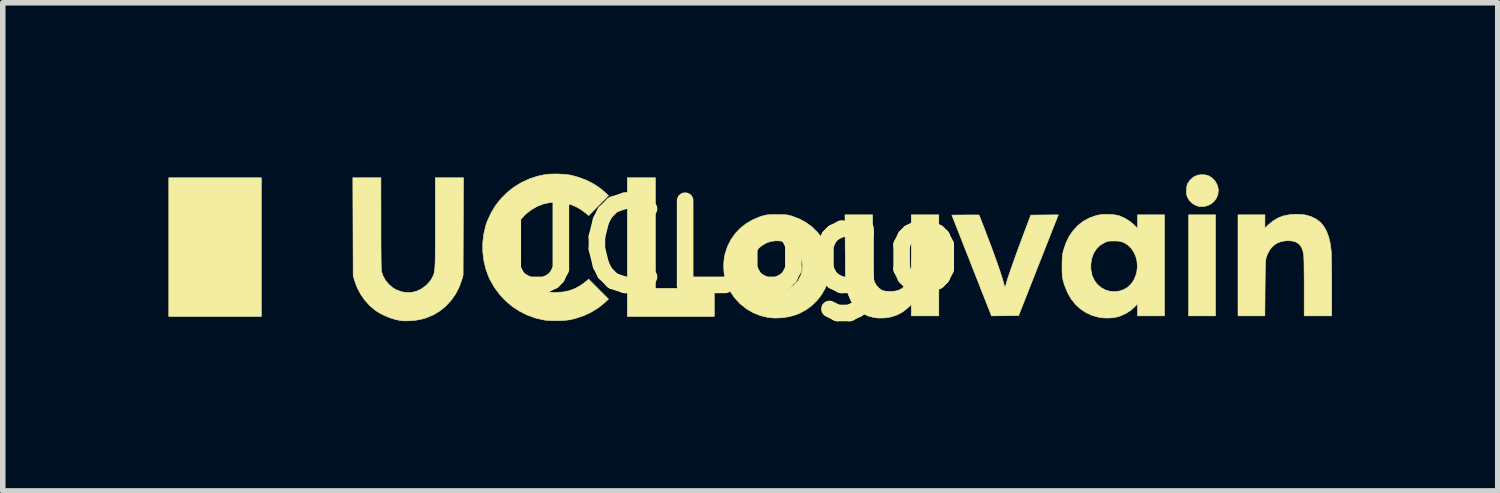
<source format=kicad_pcb>
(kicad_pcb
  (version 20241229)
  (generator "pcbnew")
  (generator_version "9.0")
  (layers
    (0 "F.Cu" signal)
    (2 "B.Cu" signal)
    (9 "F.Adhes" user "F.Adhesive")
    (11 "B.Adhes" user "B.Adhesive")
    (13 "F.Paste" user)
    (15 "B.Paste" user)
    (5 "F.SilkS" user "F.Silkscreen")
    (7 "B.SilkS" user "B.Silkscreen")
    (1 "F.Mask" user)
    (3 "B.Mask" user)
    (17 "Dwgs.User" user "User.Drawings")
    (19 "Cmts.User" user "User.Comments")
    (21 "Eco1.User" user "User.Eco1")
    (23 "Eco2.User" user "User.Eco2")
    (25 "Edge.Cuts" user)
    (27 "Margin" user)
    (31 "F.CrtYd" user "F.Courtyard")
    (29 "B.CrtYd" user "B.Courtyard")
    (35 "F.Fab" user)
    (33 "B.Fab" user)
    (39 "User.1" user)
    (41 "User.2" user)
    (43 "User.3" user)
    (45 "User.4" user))
  (footprint "UCLogo"
    (layer "F.Cu")
    (at 10.114 1.418)
    (property "Reference" "UCLogo" (at 0 0 0) (layer "F.SilkS") (effects (font (size 1.524 1.524) (thickness 0.3))))
    (attr through_hole)
    (fp_poly (pts (xy -8.433 1.26) (xy -10.109 1.26) (xy -10.109 -1.25) (xy -8.433 -1.25) (xy -8.433 1.26)) (stroke (width 0.01) (type solid)) (fill yes) (layer "F.SilkS"))
    (fp_poly (pts (xy 8.839 1.25) (xy 8.352 1.25) (xy 8.352 -0.579) (xy 8.839 -0.579) (xy 8.839 1.25)) (stroke (width 0.01) (type solid)) (fill yes) (layer "F.SilkS"))
    (fp_poly (pts (xy -1.3 0.752) (xy -0.234 0.752) (xy -0.234 1.26) (xy -1.808 1.26) (xy -1.808 -1.25) (xy -1.3 -1.25) (xy -1.3 0.752)) (stroke (width 0.01) (type solid)) (fill yes) (layer "F.SilkS"))
    (fp_poly (pts (xy 8.659 -1.302) (xy 8.719 -1.284) (xy 8.719 -1.283) (xy 8.779 -1.245) (xy 8.829 -1.193) (xy 8.865 -1.13) (xy 8.886 -1.06) (xy 8.89 -1.016) (xy 8.881 -0.944) (xy 8.854 -0.879) (xy 8.813 -0.823) (xy 8.76 -0.778) (xy 8.697 -0.746) (xy 8.628 -0.729) (xy 8.555 -0.729) (xy 8.535 -0.732) (xy 8.473 -0.754) (xy 8.416 -0.79) (xy 8.368 -0.838) (xy 8.333 -0.893) (xy 8.32 -0.928) (xy 8.314 -0.969) (xy 8.313 -1.019) (xy 8.316 -1.071) (xy 8.325 -1.117) (xy 8.335 -1.145) (xy 8.377 -1.206) (xy 8.433 -1.257) (xy 8.467 -1.278) (xy 8.526 -1.299) (xy 8.592 -1.306) (xy 8.659 -1.302)) (stroke (width 0.01) (type solid)) (fill yes) (layer "F.SilkS"))
    (fp_poly (pts (xy 10.376 -0.587) (xy 10.453 -0.579) (xy 10.474 -0.575) (xy 10.574 -0.546) (xy 10.66 -0.503) (xy 10.735 -0.446) (xy 10.797 -0.374) (xy 10.847 -0.286) (xy 10.886 -0.183) (xy 10.915 -0.063) (xy 10.931 0.062) (xy 10.934 0.096) (xy 10.936 0.148) (xy 10.937 0.215) (xy 10.939 0.296) (xy 10.94 0.388) (xy 10.941 0.488) (xy 10.942 0.595) (xy 10.942 0.705) (xy 10.942 0.714) (xy 10.942 1.25) (xy 10.444 1.25) (xy 10.444 0.729) (xy 10.444 0.622) (xy 10.443 0.521) (xy 10.442 0.426) (xy 10.441 0.341) (xy 10.44 0.268) (xy 10.438 0.208) (xy 10.436 0.164) (xy 10.434 0.138) (xy 10.434 0.137) (xy 10.416 0.057) (xy 10.387 -0.006) (xy 10.346 -0.054) (xy 10.293 -0.087) (xy 10.225 -0.106) (xy 10.143 -0.111) (xy 10.117 -0.11) (xy 10.028 -0.096) (xy 9.949 -0.065) (xy 9.882 -0.017) (xy 9.825 0.048) (xy 9.78 0.129) (xy 9.756 0.196) (xy 9.752 0.212) (xy 9.749 0.232) (xy 9.746 0.259) (xy 9.744 0.294) (xy 9.742 0.34) (xy 9.74 0.397) (xy 9.739 0.468) (xy 9.738 0.555) (xy 9.737 0.659) (xy 9.736 0.749) (xy 9.732 1.25) (xy 9.246 1.25) (xy 9.246 -0.579) (xy 9.733 -0.579) (xy 9.733 -0.337) (xy 9.788 -0.391) (xy 9.876 -0.465) (xy 9.973 -0.523) (xy 10.053 -0.555) (xy 10.122 -0.572) (xy 10.203 -0.584) (xy 10.291 -0.589) (xy 10.376 -0.587)) (stroke (width 0.01) (type solid)) (fill yes) (layer "F.SilkS"))
    (fp_poly (pts (xy 2.632 -0.053) (xy 2.632 0.075) (xy 2.632 0.185) (xy 2.633 0.279) (xy 2.634 0.357) (xy 2.636 0.422) (xy 2.639 0.476) (xy 2.642 0.52) (xy 2.647 0.556) (xy 2.652 0.586) (xy 2.659 0.611) (xy 2.667 0.634) (xy 2.674 0.652) (xy 2.702 0.699) (xy 2.742 0.743) (xy 2.788 0.778) (xy 2.82 0.794) (xy 2.862 0.803) (xy 2.916 0.807) (xy 2.976 0.807) (xy 3.034 0.802) (xy 3.083 0.793) (xy 3.096 0.789) (xy 3.16 0.757) (xy 3.217 0.707) (xy 3.265 0.643) (xy 3.301 0.568) (xy 3.321 0.5) (xy 3.324 0.474) (xy 3.327 0.429) (xy 3.329 0.364) (xy 3.33 0.281) (xy 3.332 0.178) (xy 3.332 0.057) (xy 3.332 -0.067) (xy 3.332 -0.579) (xy 3.83 -0.579) (xy 3.83 1.25) (xy 3.332 1.25) (xy 3.332 1.044) (xy 3.262 1.111) (xy 3.175 1.179) (xy 3.076 1.232) (xy 2.969 1.268) (xy 2.855 1.287) (xy 2.738 1.289) (xy 2.657 1.279) (xy 2.55 1.252) (xy 2.455 1.208) (xy 2.371 1.148) (xy 2.3 1.071) (xy 2.24 0.978) (xy 2.193 0.869) (xy 2.161 0.757) (xy 2.157 0.737) (xy 2.153 0.717) (xy 2.15 0.695) (xy 2.147 0.669) (xy 2.145 0.638) (xy 2.143 0.599) (xy 2.142 0.552) (xy 2.14 0.494) (xy 2.139 0.424) (xy 2.138 0.34) (xy 2.138 0.239) (xy 2.137 0.122) (xy 2.136 0.043) (xy 2.132 -0.579) (xy 2.631 -0.579) (xy 2.632 -0.053)) (stroke (width 0.01) (type solid)) (fill yes) (layer "F.SilkS"))
    (fp_poly (pts (xy 5.977 -0.536) (xy 5.971 -0.52) (xy 5.958 -0.487) (xy 5.938 -0.438) (xy 5.913 -0.374) (xy 5.882 -0.297) (xy 5.847 -0.208) (xy 5.808 -0.108) (xy 5.765 0.000251) (xy 5.72 0.116) (xy 5.671 0.239) (xy 5.621 0.366) (xy 5.617 0.376) (xy 5.275 1.245) (xy 5.03 1.247) (xy 4.785 1.25) (xy 4.775 1.227) (xy 4.77 1.214) (xy 4.758 1.184) (xy 4.74 1.138) (xy 4.715 1.077) (xy 4.686 1.002) (xy 4.652 0.915) (xy 4.613 0.817) (xy 4.571 0.71) (xy 4.526 0.595) (xy 4.478 0.473) (xy 4.427 0.345) (xy 4.416 0.315) (xy 4.066 -0.574) (xy 4.31 -0.577) (xy 4.379 -0.577) (xy 4.44 -0.578) (xy 4.492 -0.577) (xy 4.53 -0.577) (xy 4.554 -0.576) (xy 4.559 -0.575) (xy 4.564 -0.565) (xy 4.574 -0.538) (xy 4.591 -0.496) (xy 4.612 -0.44) (xy 4.638 -0.374) (xy 4.667 -0.299) (xy 4.698 -0.216) (xy 4.715 -0.171) (xy 4.779 -0.003) (xy 4.834 0.148) (xy 4.883 0.283) (xy 4.925 0.404) (xy 4.96 0.511) (xy 4.99 0.607) (xy 5.002 0.65) (xy 5.014 0.691) (xy 5.022 0.714) (xy 5.028 0.723) (xy 5.033 0.72) (xy 5.038 0.708) (xy 5.046 0.685) (xy 5.05 0.671) (xy 5.053 0.654) (xy 5.063 0.621) (xy 5.078 0.572) (xy 5.099 0.511) (xy 5.123 0.438) (xy 5.152 0.357) (xy 5.183 0.268) (xy 5.216 0.175) (xy 5.251 0.079) (xy 5.286 -0.018) (xy 5.322 -0.114) (xy 5.338 -0.157) (xy 5.495 -0.574) (xy 5.744 -0.577) (xy 5.994 -0.579) (xy 5.977 -0.536)) (stroke (width 0.01) (type solid)) (fill yes) (layer "F.SilkS"))
    (fp_poly (pts (xy -6.523 -1.25) (xy -6.269 -1.25) (xy -6.268 -0.424) (xy -6.268 -0.257) (xy -6.268 -0.106) (xy -6.267 0.028) (xy -6.266 0.144) (xy -6.265 0.243) (xy -6.264 0.322) (xy -6.262 0.383) (xy -6.26 0.425) (xy -6.258 0.446) (xy -6.258 0.447) (xy -6.228 0.532) (xy -6.182 0.612) (xy -6.121 0.684) (xy -6.049 0.744) (xy -5.997 0.775) (xy -5.902 0.811) (xy -5.807 0.828) (xy -5.713 0.825) (xy -5.622 0.803) (xy -5.534 0.761) (xy -5.453 0.701) (xy -5.444 0.693) (xy -5.404 0.65) (xy -5.368 0.605) (xy -5.346 0.571) (xy -5.335 0.55) (xy -5.326 0.531) (xy -5.317 0.512) (xy -5.31 0.492) (xy -5.304 0.469) (xy -5.299 0.442) (xy -5.295 0.409) (xy -5.292 0.369) (xy -5.289 0.32) (xy -5.287 0.262) (xy -5.286 0.192) (xy -5.285 0.11) (xy -5.284 0.013) (xy -5.284 -0.098) (xy -5.283 -0.227) (xy -5.283 -0.375) (xy -5.283 -0.434) (xy -5.283 -1.25) (xy -4.774 -1.25) (xy -4.778 -0.368) (xy -4.781 0.513) (xy -4.804 0.594) (xy -4.853 0.731) (xy -4.919 0.857) (xy -5 0.971) (xy -5.094 1.073) (xy -5.201 1.16) (xy -5.32 1.232) (xy -5.449 1.286) (xy -5.451 1.287) (xy -5.543 1.312) (xy -5.646 1.33) (xy -5.751 1.339) (xy -5.852 1.34) (xy -5.918 1.334) (xy -6.008 1.315) (xy -6.105 1.285) (xy -6.202 1.245) (xy -6.293 1.199) (xy -6.364 1.154) (xy -6.467 1.069) (xy -6.559 0.967) (xy -6.638 0.854) (xy -6.702 0.731) (xy -6.748 0.604) (xy -6.771 0.523) (xy -6.774 -0.363) (xy -6.777 -1.25) (xy -6.523 -1.25)) (stroke (width 0.01) (type solid)) (fill yes) (layer "F.SilkS"))
    (fp_poly (pts (xy -3.06 -1.318) (xy -2.974 -1.314) (xy -2.895 -1.307) (xy -2.83 -1.297) (xy -2.825 -1.296) (xy -2.68 -1.256) (xy -2.541 -1.202) (xy -2.412 -1.135) (xy -2.295 -1.056) (xy -2.214 -0.987) (xy -2.149 -0.926) (xy -2.328 -0.746) (xy -2.507 -0.566) (xy -2.569 -0.616) (xy -2.65 -0.676) (xy -2.729 -0.722) (xy -2.813 -0.758) (xy -2.828 -0.763) (xy -2.954 -0.796) (xy -3.079 -0.81) (xy -3.203 -0.803) (xy -3.324 -0.777) (xy -3.44 -0.733) (xy -3.55 -0.669) (xy -3.653 -0.587) (xy -3.661 -0.58) (xy -3.746 -0.486) (xy -3.814 -0.383) (xy -3.865 -0.274) (xy -3.898 -0.159) (xy -3.914 -0.041) (xy -3.913 0.077) (xy -3.894 0.195) (xy -3.858 0.31) (xy -3.805 0.419) (xy -3.733 0.522) (xy -3.696 0.565) (xy -3.607 0.648) (xy -3.512 0.715) (xy -3.406 0.767) (xy -3.315 0.799) (xy -3.27 0.811) (xy -3.229 0.819) (xy -3.185 0.824) (xy -3.132 0.826) (xy -3.104 0.826) (xy -2.976 0.818) (xy -2.859 0.794) (xy -2.749 0.752) (xy -2.643 0.692) (xy -2.557 0.627) (xy -2.509 0.585) (xy -2.329 0.766) (xy -2.149 0.946) (xy -2.214 1.007) (xy -2.327 1.099) (xy -2.454 1.178) (xy -2.593 1.244) (xy -2.74 1.294) (xy -2.824 1.315) (xy -2.884 1.325) (xy -2.957 1.332) (xy -3.039 1.336) (xy -3.124 1.337) (xy -3.205 1.335) (xy -3.276 1.33) (xy -3.312 1.325) (xy -3.468 1.29) (xy -3.618 1.236) (xy -3.76 1.165) (xy -3.892 1.078) (xy -4.013 0.976) (xy -4.122 0.859) (xy -4.217 0.73) (xy -4.296 0.59) (xy -4.319 0.541) (xy -4.371 0.396) (xy -4.407 0.243) (xy -4.425 0.086) (xy -4.425 -0.072) (xy -4.407 -0.228) (xy -4.372 -0.38) (xy -4.345 -0.46) (xy -4.278 -0.607) (xy -4.196 -0.744) (xy -4.098 -0.869) (xy -3.986 -0.981) (xy -3.862 -1.08) (xy -3.727 -1.163) (xy -3.582 -1.23) (xy -3.43 -1.28) (xy -3.298 -1.307) (xy -3.228 -1.315) (xy -3.147 -1.318) (xy -3.06 -1.318)) (stroke (width 0.01) (type solid)) (fill yes) (layer "F.SilkS"))
    (fp_poly (pts (xy 0.966 -0.583) (xy 1.017 -0.582) (xy 1.056 -0.58) (xy 1.088 -0.577) (xy 1.117 -0.571) (xy 1.147 -0.563) (xy 1.173 -0.555) (xy 1.308 -0.504) (xy 1.43 -0.438) (xy 1.54 -0.357) (xy 1.635 -0.263) (xy 1.715 -0.158) (xy 1.779 -0.041) (xy 1.827 0.085) (xy 1.857 0.219) (xy 1.86 0.244) (xy 1.866 0.376) (xy 1.853 0.505) (xy 1.822 0.631) (xy 1.774 0.75) (xy 1.71 0.862) (xy 1.631 0.965) (xy 1.539 1.057) (xy 1.434 1.135) (xy 1.318 1.199) (xy 1.228 1.235) (xy 1.107 1.267) (xy 0.98 1.285) (xy 0.852 1.289) (xy 0.731 1.276) (xy 0.725 1.275) (xy 0.589 1.241) (xy 0.464 1.19) (xy 0.347 1.121) (xy 0.238 1.034) (xy 0.22 1.017) (xy 0.128 0.915) (xy 0.052 0.802) (xy -0.006 0.679) (xy -0.042 0.563) (xy -0.059 0.46) (xy -0.064 0.348) (xy -0.062 0.305) (xy 0.438 0.305) (xy 0.438 0.394) (xy 0.455 0.479) (xy 0.487 0.559) (xy 0.533 0.63) (xy 0.592 0.692) (xy 0.661 0.743) (xy 0.738 0.781) (xy 0.823 0.804) (xy 0.913 0.811) (xy 0.987 0.803) (xy 1.068 0.778) (xy 1.146 0.738) (xy 1.216 0.685) (xy 1.274 0.623) (xy 1.289 0.601) (xy 1.332 0.516) (xy 1.357 0.427) (xy 1.363 0.336) (xy 1.351 0.246) (xy 1.322 0.159) (xy 1.275 0.08) (xy 1.211 0.009) (xy 1.21 0.007) (xy 1.134 -0.048) (xy 1.052 -0.086) (xy 0.967 -0.106) (xy 0.88 -0.11) (xy 0.795 -0.099) (xy 0.713 -0.072) (xy 0.637 -0.03) (xy 0.57 0.025) (xy 0.514 0.094) (xy 0.47 0.175) (xy 0.456 0.214) (xy 0.438 0.305) (xy -0.062 0.305) (xy -0.058 0.236) (xy -0.04 0.131) (xy -0.037 0.12) (xy 0.007 -0.011) (xy 0.068 -0.131) (xy 0.145 -0.24) (xy 0.237 -0.337) (xy 0.344 -0.421) (xy 0.464 -0.491) (xy 0.596 -0.546) (xy 0.627 -0.556) (xy 0.661 -0.565) (xy 0.691 -0.573) (xy 0.72 -0.578) (xy 0.755 -0.581) (xy 0.798 -0.582) (xy 0.855 -0.583) (xy 0.899 -0.583) (xy 0.966 -0.583)) (stroke (width 0.01) (type solid)) (fill yes) (layer "F.SilkS"))
    (fp_poly (pts (xy 6.934 -0.586) (xy 7.009 -0.58) (xy 7.073 -0.568) (xy 7.102 -0.56) (xy 7.199 -0.517) (xy 7.292 -0.458) (xy 7.365 -0.396) (xy 7.427 -0.335) (xy 7.427 -0.579) (xy 7.915 -0.579) (xy 7.915 1.25) (xy 7.427 1.25) (xy 7.427 1.14) (xy 7.427 1.031) (xy 7.389 1.073) (xy 7.312 1.144) (xy 7.222 1.203) (xy 7.124 1.249) (xy 7.036 1.275) (xy 6.962 1.285) (xy 6.878 1.289) (xy 6.794 1.285) (xy 6.726 1.275) (xy 6.603 1.241) (xy 6.491 1.189) (xy 6.39 1.121) (xy 6.3 1.037) (xy 6.222 0.938) (xy 6.157 0.823) (xy 6.106 0.695) (xy 6.084 0.624) (xy 6.076 0.588) (xy 6.069 0.556) (xy 6.065 0.522) (xy 6.063 0.483) (xy 6.061 0.432) (xy 6.061 0.368) (xy 6.061 0.345) (xy 6.061 0.313) (xy 6.582 0.313) (xy 6.583 0.411) (xy 6.602 0.506) (xy 6.609 0.528) (xy 6.649 0.612) (xy 6.703 0.683) (xy 6.769 0.739) (xy 6.844 0.78) (xy 6.928 0.805) (xy 7.017 0.811) (xy 7.094 0.801) (xy 7.179 0.774) (xy 7.253 0.729) (xy 7.315 0.669) (xy 7.365 0.594) (xy 7.4 0.505) (xy 7.414 0.451) (xy 7.424 0.358) (xy 7.418 0.266) (xy 7.397 0.178) (xy 7.362 0.098) (xy 7.313 0.027) (xy 7.254 -0.031) (xy 7.184 -0.075) (xy 7.165 -0.083) (xy 7.132 -0.094) (xy 7.099 -0.101) (xy 7.06 -0.105) (xy 7.007 -0.106) (xy 7 -0.106) (xy 6.951 -0.106) (xy 6.915 -0.104) (xy 6.887 -0.099) (xy 6.86 -0.09) (xy 6.828 -0.075) (xy 6.825 -0.074) (xy 6.749 -0.028) (xy 6.686 0.034) (xy 6.636 0.11) (xy 6.629 0.125) (xy 6.597 0.216) (xy 6.582 0.313) (xy 6.061 0.313) (xy 6.062 0.276) (xy 6.063 0.223) (xy 6.065 0.181) (xy 6.069 0.145) (xy 6.075 0.112) (xy 6.084 0.077) (xy 6.089 0.057) (xy 6.133 -0.074) (xy 6.192 -0.193) (xy 6.265 -0.298) (xy 6.35 -0.389) (xy 6.447 -0.464) (xy 6.556 -0.523) (xy 6.674 -0.565) (xy 6.719 -0.576) (xy 6.783 -0.585) (xy 6.857 -0.588) (xy 6.934 -0.586)) (stroke (width 0.01) (type solid)) (fill yes) (layer "F.SilkS")))
  (gr_rect
    (start -3 -3)
    (end 24.062 5.836)
    (stroke (width 0.1) (type default))
    (fill no)
    (layer "Edge.Cuts")))
</source>
